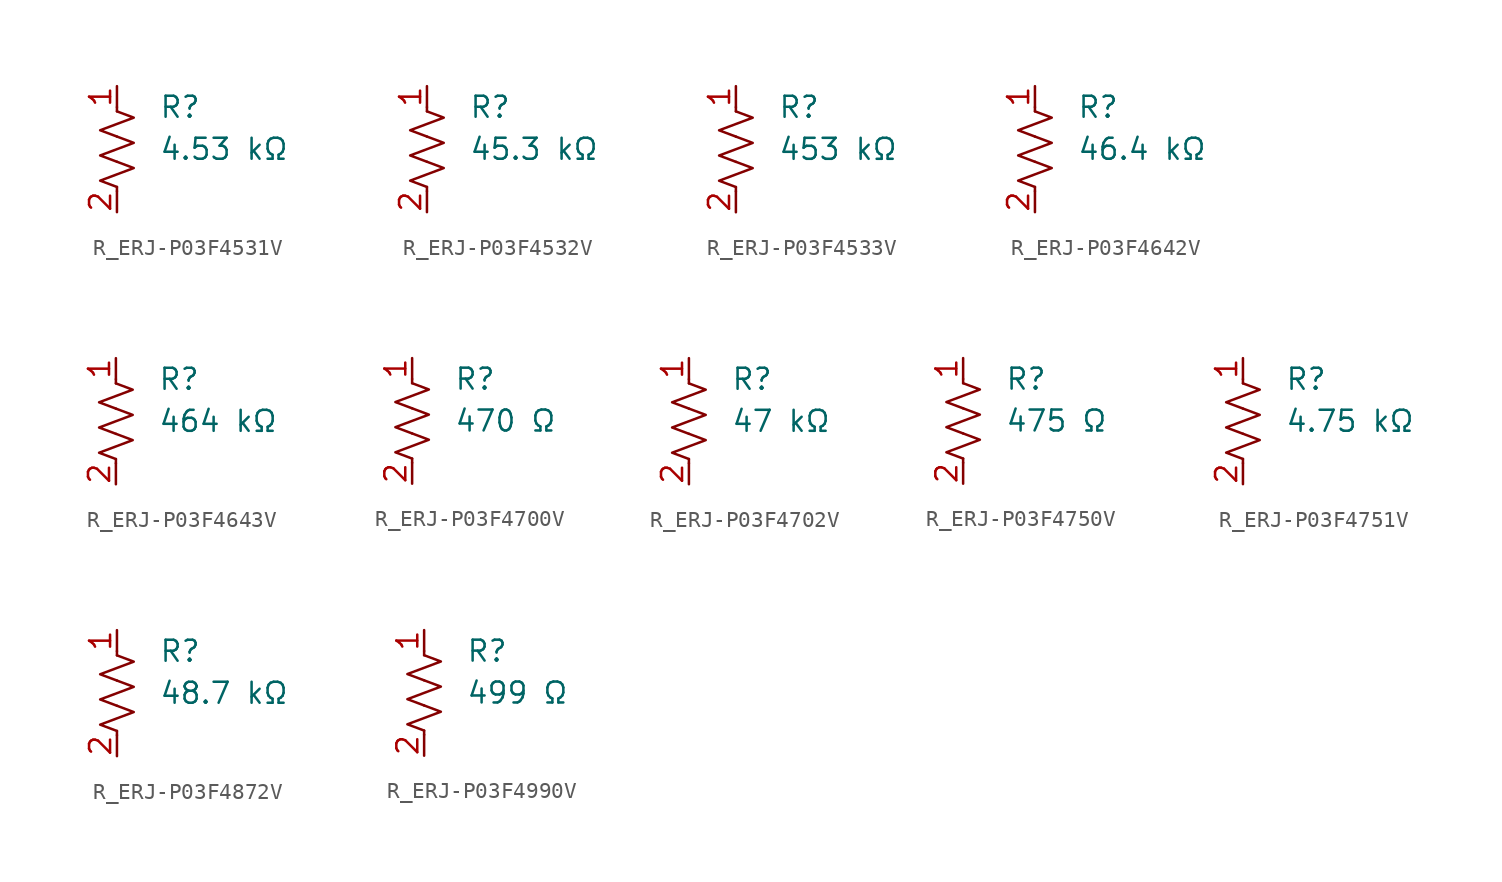
<source format=kicad_sym>
(kicad_symbol_lib
  (version 20231120)
  (generator "kicad_symbol_editor")
  (generator_version "8.0")
  (symbol "R_ERJ-P03F4531V"
    (pin_names
      (offset 0.254))
    (property "Value" "4.53 kΩ"
      (at 2.54 0 0)
      (effects (font (size 1.27 1.27)) (justify left)))
    (property "Reference" "R"
      (at 2.54 2.54 0)
      (effects (font (size 1.27 1.27)) (justify left)))
    (symbol "R_ERJ-P03F4531V_0_1"
      (polyline (pts (xy 0 -2.286) (xy 0 -2.54)) (stroke (width 0) (type default)) (fill (type none)))
      (polyline (pts (xy 0 2.286) (xy 0 2.54)) (stroke (width 0) (type default)) (fill (type none)))
      (polyline (pts (xy 0 -0.762) (xy 1.016 -1.143) (xy 0 -1.524) (xy -1.016 -1.905) (xy 0 -2.286)) (stroke (width 0) (type default)) (fill (type none)))
      (polyline (pts (xy 0 0.762) (xy 1.016 0.381) (xy 0 0) (xy -1.016 -0.381) (xy 0 -0.762)) (stroke (width 0) (type default)) (fill (type none)))
      (polyline (pts (xy 0 2.286) (xy 1.016 1.905) (xy 0 1.524) (xy -1.016 1.143) (xy 0 0.762)) (stroke (width 0) (type default)) (fill (type none))))
    (symbol "R_ERJ-P03F4531V_1_1"
      (pin passive line (at 0 3.81 270) (length 1.27) (name "~" (effects (font (size 1.27 1.27)))) (number "1" (effects (font (size 1.27 1.27)))))
      (pin passive line (at 0 -3.81 90) (length 1.27) (name "~" (effects (font (size 1.27 1.27)))) (number "2" (effects (font (size 1.27 1.27)))))))
  (symbol "R_ERJ-P03F4532V"
    (pin_names
      (offset 0.254))
    (property "Value" "45.3 kΩ"
      (at 2.54 0 0)
      (effects (font (size 1.27 1.27)) (justify left)))
    (property "Reference" "R"
      (at 2.54 2.54 0)
      (effects (font (size 1.27 1.27)) (justify left)))
    (symbol "R_ERJ-P03F4532V_0_1"
      (polyline (pts (xy 0 -2.286) (xy 0 -2.54)) (stroke (width 0) (type default)) (fill (type none)))
      (polyline (pts (xy 0 2.286) (xy 0 2.54)) (stroke (width 0) (type default)) (fill (type none)))
      (polyline (pts (xy 0 -0.762) (xy 1.016 -1.143) (xy 0 -1.524) (xy -1.016 -1.905) (xy 0 -2.286)) (stroke (width 0) (type default)) (fill (type none)))
      (polyline (pts (xy 0 0.762) (xy 1.016 0.381) (xy 0 0) (xy -1.016 -0.381) (xy 0 -0.762)) (stroke (width 0) (type default)) (fill (type none)))
      (polyline (pts (xy 0 2.286) (xy 1.016 1.905) (xy 0 1.524) (xy -1.016 1.143) (xy 0 0.762)) (stroke (width 0) (type default)) (fill (type none))))
    (symbol "R_ERJ-P03F4532V_1_1"
      (pin passive line (at 0 3.81 270) (length 1.27) (name "~" (effects (font (size 1.27 1.27)))) (number "1" (effects (font (size 1.27 1.27)))))
      (pin passive line (at 0 -3.81 90) (length 1.27) (name "~" (effects (font (size 1.27 1.27)))) (number "2" (effects (font (size 1.27 1.27)))))))
  (symbol "R_ERJ-P03F4533V"
    (pin_names
      (offset 0.254))
    (property "Value" "453 kΩ"
      (at 2.54 0 0)
      (effects (font (size 1.27 1.27)) (justify left)))
    (property "Reference" "R"
      (at 2.54 2.54 0)
      (effects (font (size 1.27 1.27)) (justify left)))
    (symbol "R_ERJ-P03F4533V_0_1"
      (polyline (pts (xy 0 -2.286) (xy 0 -2.54)) (stroke (width 0) (type default)) (fill (type none)))
      (polyline (pts (xy 0 2.286) (xy 0 2.54)) (stroke (width 0) (type default)) (fill (type none)))
      (polyline (pts (xy 0 -0.762) (xy 1.016 -1.143) (xy 0 -1.524) (xy -1.016 -1.905) (xy 0 -2.286)) (stroke (width 0) (type default)) (fill (type none)))
      (polyline (pts (xy 0 0.762) (xy 1.016 0.381) (xy 0 0) (xy -1.016 -0.381) (xy 0 -0.762)) (stroke (width 0) (type default)) (fill (type none)))
      (polyline (pts (xy 0 2.286) (xy 1.016 1.905) (xy 0 1.524) (xy -1.016 1.143) (xy 0 0.762)) (stroke (width 0) (type default)) (fill (type none))))
    (symbol "R_ERJ-P03F4533V_1_1"
      (pin passive line (at 0 3.81 270) (length 1.27) (name "~" (effects (font (size 1.27 1.27)))) (number "1" (effects (font (size 1.27 1.27)))))
      (pin passive line (at 0 -3.81 90) (length 1.27) (name "~" (effects (font (size 1.27 1.27)))) (number "2" (effects (font (size 1.27 1.27)))))))
  (symbol "R_ERJ-P03F4642V"
    (pin_names
      (offset 0.254))
    (property "Value" "46.4 kΩ"
      (at 2.54 0 0)
      (effects (font (size 1.27 1.27)) (justify left)))
    (property "Reference" "R"
      (at 2.54 2.54 0)
      (effects (font (size 1.27 1.27)) (justify left)))
    (symbol "R_ERJ-P03F4642V_0_1"
      (polyline (pts (xy 0 -2.286) (xy 0 -2.54)) (stroke (width 0) (type default)) (fill (type none)))
      (polyline (pts (xy 0 2.286) (xy 0 2.54)) (stroke (width 0) (type default)) (fill (type none)))
      (polyline (pts (xy 0 -0.762) (xy 1.016 -1.143) (xy 0 -1.524) (xy -1.016 -1.905) (xy 0 -2.286)) (stroke (width 0) (type default)) (fill (type none)))
      (polyline (pts (xy 0 0.762) (xy 1.016 0.381) (xy 0 0) (xy -1.016 -0.381) (xy 0 -0.762)) (stroke (width 0) (type default)) (fill (type none)))
      (polyline (pts (xy 0 2.286) (xy 1.016 1.905) (xy 0 1.524) (xy -1.016 1.143) (xy 0 0.762)) (stroke (width 0) (type default)) (fill (type none))))
    (symbol "R_ERJ-P03F4642V_1_1"
      (pin passive line (at 0 3.81 270) (length 1.27) (name "~" (effects (font (size 1.27 1.27)))) (number "1" (effects (font (size 1.27 1.27)))))
      (pin passive line (at 0 -3.81 90) (length 1.27) (name "~" (effects (font (size 1.27 1.27)))) (number "2" (effects (font (size 1.27 1.27)))))))
  (symbol "R_ERJ-P03F4643V"
    (pin_names
      (offset 0.254))
    (property "Value" "464 kΩ"
      (at 2.54 0 0)
      (effects (font (size 1.27 1.27)) (justify left)))
    (property "Reference" "R"
      (at 2.54 2.54 0)
      (effects (font (size 1.27 1.27)) (justify left)))
    (symbol "R_ERJ-P03F4643V_0_1"
      (polyline (pts (xy 0 -2.286) (xy 0 -2.54)) (stroke (width 0) (type default)) (fill (type none)))
      (polyline (pts (xy 0 2.286) (xy 0 2.54)) (stroke (width 0) (type default)) (fill (type none)))
      (polyline (pts (xy 0 -0.762) (xy 1.016 -1.143) (xy 0 -1.524) (xy -1.016 -1.905) (xy 0 -2.286)) (stroke (width 0) (type default)) (fill (type none)))
      (polyline (pts (xy 0 0.762) (xy 1.016 0.381) (xy 0 0) (xy -1.016 -0.381) (xy 0 -0.762)) (stroke (width 0) (type default)) (fill (type none)))
      (polyline (pts (xy 0 2.286) (xy 1.016 1.905) (xy 0 1.524) (xy -1.016 1.143) (xy 0 0.762)) (stroke (width 0) (type default)) (fill (type none))))
    (symbol "R_ERJ-P03F4643V_1_1"
      (pin passive line (at 0 3.81 270) (length 1.27) (name "~" (effects (font (size 1.27 1.27)))) (number "1" (effects (font (size 1.27 1.27)))))
      (pin passive line (at 0 -3.81 90) (length 1.27) (name "~" (effects (font (size 1.27 1.27)))) (number "2" (effects (font (size 1.27 1.27)))))))
  (symbol "R_ERJ-P03F4700V"
    (pin_names
      (offset 0.254))
    (property "Value" "470 Ω"
      (at 2.54 0 0)
      (effects (font (size 1.27 1.27)) (justify left)))
    (property "Reference" "R"
      (at 2.54 2.54 0)
      (effects (font (size 1.27 1.27)) (justify left)))
    (symbol "R_ERJ-P03F4700V_0_1"
      (polyline (pts (xy 0 -2.286) (xy 0 -2.54)) (stroke (width 0) (type default)) (fill (type none)))
      (polyline (pts (xy 0 2.286) (xy 0 2.54)) (stroke (width 0) (type default)) (fill (type none)))
      (polyline (pts (xy 0 -0.762) (xy 1.016 -1.143) (xy 0 -1.524) (xy -1.016 -1.905) (xy 0 -2.286)) (stroke (width 0) (type default)) (fill (type none)))
      (polyline (pts (xy 0 0.762) (xy 1.016 0.381) (xy 0 0) (xy -1.016 -0.381) (xy 0 -0.762)) (stroke (width 0) (type default)) (fill (type none)))
      (polyline (pts (xy 0 2.286) (xy 1.016 1.905) (xy 0 1.524) (xy -1.016 1.143) (xy 0 0.762)) (stroke (width 0) (type default)) (fill (type none))))
    (symbol "R_ERJ-P03F4700V_1_1"
      (pin passive line (at 0 3.81 270) (length 1.27) (name "~" (effects (font (size 1.27 1.27)))) (number "1" (effects (font (size 1.27 1.27)))))
      (pin passive line (at 0 -3.81 90) (length 1.27) (name "~" (effects (font (size 1.27 1.27)))) (number "2" (effects (font (size 1.27 1.27)))))))
  (symbol "R_ERJ-P03F4702V"
    (pin_names
      (offset 0.254))
    (property "Value" "47 kΩ"
      (at 2.54 0 0)
      (effects (font (size 1.27 1.27)) (justify left)))
    (property "Reference" "R"
      (at 2.54 2.54 0)
      (effects (font (size 1.27 1.27)) (justify left)))
    (symbol "R_ERJ-P03F4702V_0_1"
      (polyline (pts (xy 0 -2.286) (xy 0 -2.54)) (stroke (width 0) (type default)) (fill (type none)))
      (polyline (pts (xy 0 2.286) (xy 0 2.54)) (stroke (width 0) (type default)) (fill (type none)))
      (polyline (pts (xy 0 -0.762) (xy 1.016 -1.143) (xy 0 -1.524) (xy -1.016 -1.905) (xy 0 -2.286)) (stroke (width 0) (type default)) (fill (type none)))
      (polyline (pts (xy 0 0.762) (xy 1.016 0.381) (xy 0 0) (xy -1.016 -0.381) (xy 0 -0.762)) (stroke (width 0) (type default)) (fill (type none)))
      (polyline (pts (xy 0 2.286) (xy 1.016 1.905) (xy 0 1.524) (xy -1.016 1.143) (xy 0 0.762)) (stroke (width 0) (type default)) (fill (type none))))
    (symbol "R_ERJ-P03F4702V_1_1"
      (pin passive line (at 0 3.81 270) (length 1.27) (name "~" (effects (font (size 1.27 1.27)))) (number "1" (effects (font (size 1.27 1.27)))))
      (pin passive line (at 0 -3.81 90) (length 1.27) (name "~" (effects (font (size 1.27 1.27)))) (number "2" (effects (font (size 1.27 1.27)))))))
  (symbol "R_ERJ-P03F4750V"
    (pin_names
      (offset 0.254))
    (property "Value" "475 Ω"
      (at 2.54 0 0)
      (effects (font (size 1.27 1.27)) (justify left)))
    (property "Reference" "R"
      (at 2.54 2.54 0)
      (effects (font (size 1.27 1.27)) (justify left)))
    (symbol "R_ERJ-P03F4750V_0_1"
      (polyline (pts (xy 0 -2.286) (xy 0 -2.54)) (stroke (width 0) (type default)) (fill (type none)))
      (polyline (pts (xy 0 2.286) (xy 0 2.54)) (stroke (width 0) (type default)) (fill (type none)))
      (polyline (pts (xy 0 -0.762) (xy 1.016 -1.143) (xy 0 -1.524) (xy -1.016 -1.905) (xy 0 -2.286)) (stroke (width 0) (type default)) (fill (type none)))
      (polyline (pts (xy 0 0.762) (xy 1.016 0.381) (xy 0 0) (xy -1.016 -0.381) (xy 0 -0.762)) (stroke (width 0) (type default)) (fill (type none)))
      (polyline (pts (xy 0 2.286) (xy 1.016 1.905) (xy 0 1.524) (xy -1.016 1.143) (xy 0 0.762)) (stroke (width 0) (type default)) (fill (type none))))
    (symbol "R_ERJ-P03F4750V_1_1"
      (pin passive line (at 0 3.81 270) (length 1.27) (name "~" (effects (font (size 1.27 1.27)))) (number "1" (effects (font (size 1.27 1.27)))))
      (pin passive line (at 0 -3.81 90) (length 1.27) (name "~" (effects (font (size 1.27 1.27)))) (number "2" (effects (font (size 1.27 1.27)))))))
  (symbol "R_ERJ-P03F4751V"
    (pin_names
      (offset 0.254))
    (property "Value" "4.75 kΩ"
      (at 2.54 0 0)
      (effects (font (size 1.27 1.27)) (justify left)))
    (property "Reference" "R"
      (at 2.54 2.54 0)
      (effects (font (size 1.27 1.27)) (justify left)))
    (symbol "R_ERJ-P03F4751V_0_1"
      (polyline (pts (xy 0 -2.286) (xy 0 -2.54)) (stroke (width 0) (type default)) (fill (type none)))
      (polyline (pts (xy 0 2.286) (xy 0 2.54)) (stroke (width 0) (type default)) (fill (type none)))
      (polyline (pts (xy 0 -0.762) (xy 1.016 -1.143) (xy 0 -1.524) (xy -1.016 -1.905) (xy 0 -2.286)) (stroke (width 0) (type default)) (fill (type none)))
      (polyline (pts (xy 0 0.762) (xy 1.016 0.381) (xy 0 0) (xy -1.016 -0.381) (xy 0 -0.762)) (stroke (width 0) (type default)) (fill (type none)))
      (polyline (pts (xy 0 2.286) (xy 1.016 1.905) (xy 0 1.524) (xy -1.016 1.143) (xy 0 0.762)) (stroke (width 0) (type default)) (fill (type none))))
    (symbol "R_ERJ-P03F4751V_1_1"
      (pin passive line (at 0 3.81 270) (length 1.27) (name "~" (effects (font (size 1.27 1.27)))) (number "1" (effects (font (size 1.27 1.27)))))
      (pin passive line (at 0 -3.81 90) (length 1.27) (name "~" (effects (font (size 1.27 1.27)))) (number "2" (effects (font (size 1.27 1.27)))))))
  (symbol "R_ERJ-P03F4872V"
    (pin_names
      (offset 0.254))
    (property "Value" "48.7 kΩ"
      (at 2.54 0 0)
      (effects (font (size 1.27 1.27)) (justify left)))
    (property "Reference" "R"
      (at 2.54 2.54 0)
      (effects (font (size 1.27 1.27)) (justify left)))
    (symbol "R_ERJ-P03F4872V_0_1"
      (polyline (pts (xy 0 -2.286) (xy 0 -2.54)) (stroke (width 0) (type default)) (fill (type none)))
      (polyline (pts (xy 0 2.286) (xy 0 2.54)) (stroke (width 0) (type default)) (fill (type none)))
      (polyline (pts (xy 0 -0.762) (xy 1.016 -1.143) (xy 0 -1.524) (xy -1.016 -1.905) (xy 0 -2.286)) (stroke (width 0) (type default)) (fill (type none)))
      (polyline (pts (xy 0 0.762) (xy 1.016 0.381) (xy 0 0) (xy -1.016 -0.381) (xy 0 -0.762)) (stroke (width 0) (type default)) (fill (type none)))
      (polyline (pts (xy 0 2.286) (xy 1.016 1.905) (xy 0 1.524) (xy -1.016 1.143) (xy 0 0.762)) (stroke (width 0) (type default)) (fill (type none))))
    (symbol "R_ERJ-P03F4872V_1_1"
      (pin passive line (at 0 3.81 270) (length 1.27) (name "~" (effects (font (size 1.27 1.27)))) (number "1" (effects (font (size 1.27 1.27)))))
      (pin passive line (at 0 -3.81 90) (length 1.27) (name "~" (effects (font (size 1.27 1.27)))) (number "2" (effects (font (size 1.27 1.27)))))))
  (symbol "R_ERJ-P03F4990V"
    (pin_names
      (offset 0.254))
    (property "Value" "499 Ω"
      (at 2.54 0 0)
      (effects (font (size 1.27 1.27)) (justify left)))
    (property "Reference" "R"
      (at 2.54 2.54 0)
      (effects (font (size 1.27 1.27)) (justify left)))
    (symbol "R_ERJ-P03F4990V_0_1"
      (polyline (pts (xy 0 -2.286) (xy 0 -2.54)) (stroke (width 0) (type default)) (fill (type none)))
      (polyline (pts (xy 0 2.286) (xy 0 2.54)) (stroke (width 0) (type default)) (fill (type none)))
      (polyline (pts (xy 0 -0.762) (xy 1.016 -1.143) (xy 0 -1.524) (xy -1.016 -1.905) (xy 0 -2.286)) (stroke (width 0) (type default)) (fill (type none)))
      (polyline (pts (xy 0 0.762) (xy 1.016 0.381) (xy 0 0) (xy -1.016 -0.381) (xy 0 -0.762)) (stroke (width 0) (type default)) (fill (type none)))
      (polyline (pts (xy 0 2.286) (xy 1.016 1.905) (xy 0 1.524) (xy -1.016 1.143) (xy 0 0.762)) (stroke (width 0) (type default)) (fill (type none))))
    (symbol "R_ERJ-P03F4990V_1_1"
      (pin passive line (at 0 3.81 270) (length 1.27) (name "~" (effects (font (size 1.27 1.27)))) (number "1" (effects (font (size 1.27 1.27)))))
      (pin passive line (at 0 -3.81 90) (length 1.27) (name "~" (effects (font (size 1.27 1.27)))) (number "2" (effects (font (size 1.27 1.27))))))))
</source>
